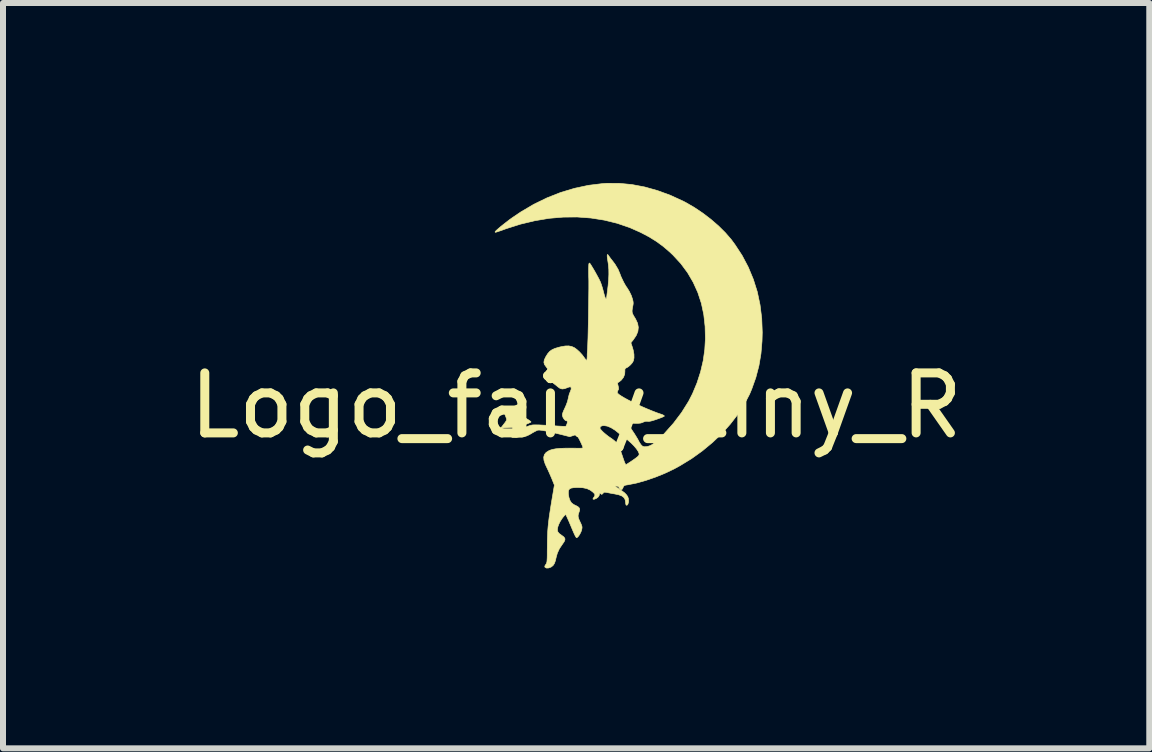
<source format=kicad_pcb>
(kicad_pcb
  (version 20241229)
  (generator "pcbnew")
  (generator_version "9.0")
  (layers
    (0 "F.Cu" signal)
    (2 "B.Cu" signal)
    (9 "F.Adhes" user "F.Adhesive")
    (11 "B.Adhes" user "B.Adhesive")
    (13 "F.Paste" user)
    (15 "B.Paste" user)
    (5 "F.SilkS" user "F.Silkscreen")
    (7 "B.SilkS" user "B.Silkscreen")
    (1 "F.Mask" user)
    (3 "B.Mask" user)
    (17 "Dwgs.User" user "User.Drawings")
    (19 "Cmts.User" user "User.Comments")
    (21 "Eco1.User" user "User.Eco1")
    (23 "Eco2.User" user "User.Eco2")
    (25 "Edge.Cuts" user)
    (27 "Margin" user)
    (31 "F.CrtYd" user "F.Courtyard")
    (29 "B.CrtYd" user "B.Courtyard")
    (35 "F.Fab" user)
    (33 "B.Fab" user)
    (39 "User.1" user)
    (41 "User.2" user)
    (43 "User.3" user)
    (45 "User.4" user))
  (footprint "Logo_fairy_tiny_R"
    (layer "F.Cu")
    (at 6.554 3.211)
    (property "Reference" "Logo_fairy_tiny_R" (at 0 0.5 0) (layer "F.SilkS") (effects (font (size 1 1) (thickness 0.15))))
    (attr through_hole)
    (fp_poly (pts (xy 0.442 -3.201) (xy 0.205 -3.172) (xy -0.028 -3.122) (xy -0.258 -3.053) (xy -0.484 -2.964) (xy -0.706 -2.856) (xy -0.923 -2.728) (xy -1.065 -2.632) (xy -1.114 -2.597) (xy -1.164 -2.558) (xy -1.213 -2.52) (xy -1.259 -2.483) (xy -1.298 -2.45) (xy -1.328 -2.423) (xy -1.347 -2.404) (xy -1.351 -2.396) (xy -1.351 -2.392) (xy -1.347 -2.389) (xy -1.338 -2.39) (xy -1.321 -2.395) (xy -1.294 -2.404) (xy -1.254 -2.417) (xy -1.199 -2.437) (xy -1.167 -2.449) (xy -0.927 -2.525) (xy -0.688 -2.582) (xy -0.45 -2.622) (xy -0.215 -2.642) (xy 0.017 -2.644) (xy 0.245 -2.627) (xy 0.468 -2.592) (xy 0.684 -2.539) (xy 0.894 -2.467) (xy 1.072 -2.388) (xy 1.211 -2.315) (xy 1.334 -2.239) (xy 1.448 -2.156) (xy 1.558 -2.062) (xy 1.614 -2.009) (xy 1.745 -1.867) (xy 1.857 -1.716) (xy 1.951 -1.555) (xy 2.028 -1.385) (xy 2.087 -1.205) (xy 2.127 -1.017) (xy 2.149 -0.819) (xy 2.154 -0.613) (xy 2.144 -0.437) (xy 2.118 -0.251) (xy 2.074 -0.063) (xy 2.014 0.123) (xy 1.94 0.3) (xy 1.874 0.429) (xy 1.758 0.614) (xy 1.622 0.794) (xy 1.467 0.968) (xy 1.415 1.021) (xy 1.359 1.075) (xy 1.312 1.116) (xy 1.272 1.146) (xy 1.236 1.166) (xy 1.2 1.178) (xy 1.171 1.184) (xy 1.134 1.186) (xy 1.104 1.175) (xy 1.078 1.149) (xy 1.051 1.107) (xy 1.045 1.095) (xy 1.025 1.057) (xy 0.997 1.011) (xy 0.968 0.964) (xy 0.955 0.945) (xy 0.925 0.9) (xy 0.906 0.868) (xy 0.894 0.846) (xy 0.891 0.831) (xy 0.892 0.818) (xy 0.896 0.81) (xy 0.903 0.801) (xy 0.917 0.796) (xy 0.942 0.794) (xy 0.982 0.795) (xy 0.988 0.795) (xy 1.036 0.795) (xy 1.07 0.792) (xy 1.099 0.784) (xy 1.117 0.776) (xy 1.153 0.762) (xy 1.182 0.761) (xy 1.19 0.762) (xy 1.208 0.764) (xy 1.234 0.76) (xy 1.272 0.751) (xy 1.325 0.734) (xy 1.342 0.728) (xy 1.389 0.711) (xy 1.429 0.696) (xy 1.457 0.683) (xy 1.47 0.675) (xy 1.47 0.674) (xy 1.464 0.665) (xy 1.442 0.653) (xy 1.42 0.645) (xy 1.345 0.619) (xy 1.265 0.588) (xy 1.182 0.554) (xy 1.099 0.518) (xy 1.017 0.48) (xy 0.939 0.443) (xy 0.867 0.406) (xy 0.805 0.372) (xy 0.753 0.341) (xy 0.714 0.315) (xy 0.691 0.294) (xy 0.686 0.286) (xy 0.687 0.268) (xy 0.696 0.247) (xy 0.706 0.229) (xy 0.707 0.21) (xy 0.702 0.182) (xy 0.699 0.17) (xy 0.692 0.139) (xy 0.692 0.122) (xy 0.697 0.115) (xy 0.7 0.114) (xy 0.715 0.105) (xy 0.739 0.086) (xy 0.753 0.074) (xy 0.789 0.028) (xy 0.809 -0.025) (xy 0.812 -0.07) (xy 0.812 -0.1) (xy 0.817 -0.116) (xy 0.831 -0.127) (xy 0.842 -0.131) (xy 0.873 -0.151) (xy 0.907 -0.181) (xy 0.936 -0.215) (xy 0.954 -0.247) (xy 0.954 -0.247) (xy 0.964 -0.295) (xy 0.963 -0.356) (xy 0.951 -0.423) (xy 0.939 -0.467) (xy 0.912 -0.547) (xy 0.955 -0.601) (xy 1.002 -0.671) (xy 1.029 -0.738) (xy 1.036 -0.805) (xy 1.024 -0.872) (xy 0.992 -0.941) (xy 0.985 -0.953) (xy 0.958 -0.997) (xy 0.941 -1.03) (xy 0.933 -1.057) (xy 0.932 -1.083) (xy 0.936 -1.116) (xy 0.94 -1.138) (xy 0.948 -1.179) (xy 0.951 -1.209) (xy 0.948 -1.238) (xy 0.94 -1.273) (xy 0.918 -1.337) (xy 0.885 -1.405) (xy 0.846 -1.468) (xy 0.838 -1.478) (xy 0.818 -1.51) (xy 0.794 -1.553) (xy 0.77 -1.602) (xy 0.748 -1.649) (xy 0.733 -1.688) (xy 0.732 -1.692) (xy 0.698 -1.773) (xy 0.647 -1.858) (xy 0.604 -1.915) (xy 0.577 -1.949) (xy 0.555 -1.979) (xy 0.54 -2) (xy 0.537 -2.004) (xy 0.526 -2.019) (xy 0.519 -2.015) (xy 0.517 -1.995) (xy 0.52 -1.96) (xy 0.524 -1.935) (xy 0.537 -1.851) (xy 0.544 -1.77) (xy 0.545 -1.688) (xy 0.541 -1.599) (xy 0.532 -1.496) (xy 0.529 -1.474) (xy 0.522 -1.414) (xy 0.515 -1.362) (xy 0.51 -1.32) (xy 0.505 -1.292) (xy 0.503 -1.281) (xy 0.495 -1.28) (xy 0.487 -1.292) (xy 0.477 -1.319) (xy 0.464 -1.363) (xy 0.453 -1.406) (xy 0.439 -1.458) (xy 0.422 -1.512) (xy 0.406 -1.557) (xy 0.396 -1.578) (xy 0.378 -1.615) (xy 0.353 -1.661) (xy 0.325 -1.712) (xy 0.296 -1.763) (xy 0.269 -1.808) (xy 0.247 -1.844) (xy 0.238 -1.858) (xy 0.225 -1.875) (xy 0.218 -1.875) (xy 0.212 -1.864) (xy 0.21 -1.848) (xy 0.209 -1.815) (xy 0.208 -1.769) (xy 0.208 -1.712) (xy 0.209 -1.647) (xy 0.21 -1.621) (xy 0.211 -1.578) (xy 0.211 -1.521) (xy 0.211 -1.451) (xy 0.21 -1.371) (xy 0.209 -1.282) (xy 0.208 -1.187) (xy 0.206 -1.089) (xy 0.205 -0.99) (xy 0.203 -0.891) (xy 0.201 -0.795) (xy 0.199 -0.705) (xy 0.197 -0.623) (xy 0.194 -0.55) (xy 0.192 -0.49) (xy 0.19 -0.444) (xy 0.188 -0.415) (xy 0.187 -0.406) (xy 0.186 -0.389) (xy 0.184 -0.358) (xy 0.184 -0.323) (xy 0.182 -0.288) (xy 0.179 -0.264) (xy 0.174 -0.254) (xy 0.174 -0.254) (xy 0.164 -0.262) (xy 0.148 -0.282) (xy 0.137 -0.297) (xy 0.1 -0.347) (xy 0.056 -0.395) (xy 0.011 -0.436) (xy -0.027 -0.464) (xy -0.073 -0.485) (xy -0.123 -0.495) (xy -0.181 -0.494) (xy -0.25 -0.482) (xy -0.292 -0.472) (xy -0.355 -0.453) (xy -0.403 -0.431) (xy -0.441 -0.404) (xy -0.474 -0.366) (xy -0.506 -0.315) (xy -0.507 -0.313) (xy -0.531 -0.263) (xy -0.538 -0.222) (xy -0.529 -0.186) (xy -0.505 -0.153) (xy -0.484 -0.124) (xy -0.462 -0.083) (xy -0.44 -0.035) (xy -0.422 0.013) (xy -0.41 0.055) (xy -0.406 0.082) (xy -0.399 0.11) (xy -0.378 0.129) (xy -0.355 0.146) (xy -0.325 0.17) (xy -0.308 0.185) (xy -0.27 0.212) (xy -0.234 0.223) (xy -0.193 0.218) (xy -0.153 0.203) (xy -0.124 0.192) (xy -0.101 0.187) (xy -0.095 0.187) (xy -0.083 0.202) (xy -0.084 0.229) (xy -0.098 0.266) (xy -0.101 0.274) (xy -0.114 0.305) (xy -0.125 0.347) (xy -0.132 0.379) (xy -0.144 0.43) (xy -0.166 0.49) (xy -0.189 0.542) (xy -0.211 0.589) (xy -0.224 0.623) (xy -0.23 0.648) (xy -0.229 0.667) (xy -0.229 0.669) (xy -0.218 0.7) (xy -0.2 0.727) (xy -0.181 0.747) (xy -0.168 0.752) (xy -0.151 0.757) (xy -0.148 0.76) (xy -0.147 0.777) (xy -0.152 0.802) (xy -0.162 0.827) (xy -0.172 0.844) (xy -0.175 0.845) (xy -0.189 0.846) (xy -0.22 0.845) (xy -0.263 0.843) (xy -0.316 0.84) (xy -0.356 0.837) (xy -0.423 0.832) (xy -0.494 0.828) (xy -0.562 0.825) (xy -0.618 0.822) (xy -0.635 0.822) (xy -0.685 0.821) (xy -0.722 0.822) (xy -0.751 0.827) (xy -0.78 0.835) (xy -0.815 0.848) (xy -0.836 0.857) (xy -0.876 0.873) (xy -0.909 0.886) (xy -0.93 0.893) (xy -0.936 0.894) (xy -0.938 0.887) (xy -0.929 0.87) (xy -0.926 0.865) (xy -0.903 0.843) (xy -0.864 0.823) (xy -0.828 0.808) (xy -0.793 0.794) (xy -0.766 0.782) (xy -0.753 0.773) (xy -0.752 0.772) (xy -0.76 0.763) (xy -0.781 0.747) (xy -0.812 0.727) (xy -0.817 0.724) (xy -0.851 0.703) (xy -0.873 0.683) (xy -0.886 0.66) (xy -0.892 0.629) (xy -0.894 0.584) (xy -0.894 0.568) (xy -0.895 0.536) (xy -0.898 0.514) (xy -0.902 0.508) (xy -0.913 0.514) (xy -0.934 0.531) (xy -0.963 0.554) (xy -0.969 0.559) (xy -0.999 0.583) (xy -1.026 0.601) (xy -1.043 0.609) (xy -1.045 0.61) (xy -1.063 0.607) (xy -1.093 0.599) (xy -1.131 0.587) (xy -1.136 0.586) (xy -1.171 0.575) (xy -1.199 0.569) (xy -1.213 0.568) (xy -1.214 0.569) (xy -1.212 0.581) (xy -1.204 0.607) (xy -1.191 0.64) (xy -1.189 0.646) (xy -1.174 0.683) (xy -1.163 0.713) (xy -1.159 0.732) (xy -1.159 0.733) (xy -1.164 0.749) (xy -1.18 0.775) (xy -1.203 0.805) (xy -1.204 0.806) (xy -1.226 0.835) (xy -1.243 0.857) (xy -1.25 0.869) (xy -1.25 0.869) (xy -1.24 0.871) (xy -1.215 0.872) (xy -1.179 0.87) (xy -1.16 0.869) (xy -1.07 0.862) (xy -1.038 0.914) (xy -1.021 0.942) (xy -1.009 0.962) (xy -1.006 0.97) (xy -1.014 0.975) (xy -1.036 0.984) (xy -1.041 0.986) (xy -1.068 0.999) (xy -1.077 1.015) (xy -1.075 1.024) (xy -1.067 1.029) (xy -1.05 1.031) (xy -1.019 1.031) (xy -0.978 1.029) (xy -0.918 1.025) (xy -0.871 1.019) (xy -0.832 1.008) (xy -0.793 0.991) (xy -0.747 0.966) (xy -0.737 0.959) (xy -0.709 0.943) (xy -0.878 0.943) (xy -0.879 0.945) (xy -0.892 0.951) (xy -0.918 0.954) (xy -0.928 0.954) (xy -0.952 0.953) (xy -0.958 0.95) (xy -0.95 0.945) (xy -0.927 0.938) (xy -0.903 0.936) (xy -0.884 0.937) (xy -0.878 0.943) (xy -0.709 0.943) (xy -0.7 0.938) (xy -0.667 0.921) (xy -0.643 0.91) (xy -0.639 0.909) (xy -0.612 0.908) (xy -0.565 0.913) (xy -0.5 0.925) (xy -0.417 0.942) (xy -0.316 0.966) (xy -0.269 0.977) (xy -0.107 1.018) (xy -0.052 1) (xy -0.021 0.99) (xy -0.003 0.986) (xy 0.007 0.99) (xy 0.017 1.001) (xy 0.017 1.001) (xy 0.03 1.022) (xy 0.048 1.054) (xy 0.067 1.091) (xy 0.085 1.129) (xy 0.1 1.163) (xy 0.11 1.187) (xy 0.112 1.195) (xy 0.112 1.2) (xy 0.111 1.204) (xy 0.106 1.207) (xy 0.095 1.209) (xy 0.075 1.21) (xy 0.044 1.21) (xy -0.002 1.21) (xy -0.065 1.209) (xy -0.092 1.209) (xy -0.191 1.21) (xy -0.273 1.213) (xy -0.34 1.22) (xy -0.394 1.23) (xy -0.438 1.244) (xy -0.457 1.253) (xy -0.501 1.281) (xy -0.529 1.316) (xy -0.541 1.359) (xy -0.537 1.41) (xy -0.517 1.472) (xy -0.495 1.52) (xy -0.471 1.57) (xy -0.444 1.63) (xy -0.418 1.69) (xy -0.406 1.718) (xy -0.363 1.825) (xy -0.4 2.043) (xy -0.42 2.164) (xy -0.436 2.268) (xy -0.45 2.36) (xy -0.46 2.442) (xy -0.468 2.518) (xy -0.474 2.591) (xy -0.477 2.666) (xy -0.48 2.746) (xy -0.481 2.833) (xy -0.481 2.85) (xy -0.482 2.93) (xy -0.482 2.992) (xy -0.483 3.04) (xy -0.485 3.074) (xy -0.487 3.099) (xy -0.491 3.117) (xy -0.495 3.13) (xy -0.501 3.14) (xy -0.506 3.147) (xy -0.521 3.171) (xy -0.523 3.187) (xy -0.518 3.196) (xy -0.495 3.208) (xy -0.462 3.207) (xy -0.423 3.193) (xy -0.415 3.189) (xy -0.385 3.165) (xy -0.363 3.132) (xy -0.346 3.085) (xy -0.335 3.036) (xy -0.314 2.96) (xy -0.28 2.886) (xy -0.229 2.81) (xy -0.228 2.809) (xy -0.2 2.768) (xy -0.187 2.737) (xy -0.189 2.712) (xy -0.207 2.688) (xy -0.242 2.662) (xy -0.246 2.659) (xy -0.284 2.631) (xy -0.305 2.605) (xy -0.313 2.574) (xy -0.308 2.534) (xy -0.305 2.52) (xy -0.29 2.479) (xy -0.267 2.432) (xy -0.238 2.386) (xy -0.209 2.348) (xy -0.195 2.333) (xy -0.173 2.314) (xy -0.139 2.389) (xy -0.121 2.429) (xy -0.099 2.481) (xy -0.075 2.538) (xy -0.056 2.583) (xy -0.035 2.631) (xy -0.017 2.669) (xy -0.002 2.694) (xy 0.006 2.703) (xy 0.023 2.694) (xy 0.043 2.671) (xy 0.063 2.639) (xy 0.081 2.603) (xy 0.092 2.57) (xy 0.097 2.544) (xy 0.098 2.524) (xy 0.093 2.502) (xy 0.082 2.474) (xy 0.067 2.442) (xy 0.047 2.398) (xy 0.036 2.365) (xy 0.032 2.339) (xy 0.036 2.311) (xy 0.047 2.277) (xy 0.048 2.276) (xy 0.057 2.246) (xy 0.059 2.227) (xy 0.054 2.212) (xy 0.049 2.203) (xy 0.029 2.184) (xy -0.001 2.168) (xy -0.01 2.164) (xy -0.044 2.147) (xy -0.076 2.122) (xy -0.081 2.117) (xy -0.104 2.079) (xy -0.121 2.029) (xy -0.13 1.974) (xy -0.13 1.933) (xy -0.124 1.907) (xy -0.109 1.888) (xy -0.083 1.875) (xy -0.042 1.868) (xy 0.016 1.865) (xy 0.03 1.865) (xy 0.111 1.869) (xy 0.178 1.883) (xy 0.235 1.909) (xy 0.275 1.939) (xy 0.302 1.965) (xy 0.313 1.987) (xy 0.308 2.009) (xy 0.294 2.029) (xy 0.28 2.051) (xy 0.282 2.061) (xy 0.301 2.06) (xy 0.308 2.059) (xy 0.341 2.044) (xy 0.368 2.022) (xy 0.384 1.996) (xy 0.386 1.986) (xy 0.39 1.965) (xy 0.402 1.963) (xy 0.415 1.974) (xy 0.427 1.98) (xy 0.441 1.97) (xy 0.448 1.962) (xy 0.461 1.948) (xy 0.476 1.943) (xy 0.498 1.946) (xy 0.516 1.949) (xy 0.551 1.956) (xy 0.596 1.965) (xy 0.64 1.972) (xy 0.711 1.987) (xy 0.763 2.007) (xy 0.798 2.035) (xy 0.817 2.07) (xy 0.823 2.11) (xy 0.826 2.138) (xy 0.832 2.157) (xy 0.835 2.16) (xy 0.849 2.159) (xy 0.862 2.143) (xy 0.871 2.116) (xy 0.874 2.091) (xy 0.871 2.052) (xy 0.86 2.018) (xy 0.839 1.987) (xy 0.807 1.954) (xy 0.759 1.918) (xy 0.707 1.884) (xy 0.672 1.86) (xy 0.655 1.845) (xy 0.656 1.839) (xy 0.658 1.839) (xy 0.688 1.843) (xy 0.707 1.853) (xy 0.711 1.862) (xy 0.719 1.876) (xy 0.737 1.891) (xy 0.757 1.899) (xy 0.759 1.9) (xy 0.769 1.891) (xy 0.78 1.87) (xy 0.782 1.865) (xy 0.789 1.847) (xy 0.799 1.836) (xy 0.816 1.828) (xy 0.846 1.822) (xy 0.867 1.819) (xy 1.01 1.79) (xy 1.162 1.747) (xy 1.319 1.693) (xy 1.475 1.63) (xy 1.627 1.558) (xy 1.73 1.502) (xy 1.923 1.384) (xy 2.032 1.306) (xy 1.049 1.306) (xy 1.049 1.319) (xy 1.043 1.331) (xy 1.03 1.346) (xy 1.006 1.366) (xy 0.969 1.393) (xy 0.946 1.409) (xy 0.905 1.437) (xy 0.869 1.46) (xy 0.843 1.477) (xy 0.829 1.483) (xy 0.828 1.483) (xy 0.821 1.474) (xy 0.809 1.45) (xy 0.795 1.413) (xy 0.782 1.375) (xy 0.753 1.289) (xy 0.722 1.213) (xy 0.692 1.152) (xy 0.67 1.117) (xy 0.651 1.097) (xy 0.621 1.072) (xy 0.586 1.046) (xy 0.581 1.043) (xy 0.537 1.013) (xy 0.494 0.979) (xy 0.455 0.946) (xy 0.424 0.915) (xy 0.403 0.89) (xy 0.396 0.875) (xy 0.404 0.851) (xy 0.429 0.837) (xy 0.464 0.833) (xy 0.519 0.842) (xy 0.581 0.868) (xy 0.647 0.909) (xy 0.681 0.936) (xy 0.723 0.97) (xy 0.77 1.007) (xy 0.812 1.038) (xy 0.813 1.038) (xy 0.867 1.08) (xy 0.919 1.126) (xy 0.966 1.174) (xy 1.005 1.22) (xy 1.033 1.262) (xy 1.048 1.296) (xy 1.049 1.306) (xy 2.032 1.306) (xy 2.104 1.254) (xy 2.273 1.114) (xy 2.429 0.966) (xy 2.569 0.809) (xy 2.694 0.647) (xy 2.802 0.48) (xy 2.891 0.309) (xy 2.927 0.223) (xy 2.995 0.032) (xy 3.046 -0.163) (xy 3.08 -0.364) (xy 3.098 -0.575) (xy 3.102 -0.721) (xy 3.093 -0.954) (xy 3.065 -1.179) (xy 3.019 -1.397) (xy 2.953 -1.606) (xy 2.869 -1.808) (xy 2.767 -2.001) (xy 2.646 -2.186) (xy 2.583 -2.271) (xy 2.486 -2.383) (xy 2.372 -2.496) (xy 2.246 -2.605) (xy 2.111 -2.708) (xy 1.971 -2.802) (xy 1.83 -2.884) (xy 1.788 -2.906) (xy 1.57 -3.006) (xy 1.354 -3.085) (xy 1.14 -3.145) (xy 0.928 -3.185) (xy 0.718 -3.205) (xy 0.511 -3.206) (xy 0.442 -3.201)) (stroke (width 0.01) (type solid)) (fill yes) (layer "F.SilkS")))
  (gr_rect
    (start -3 -3)
    (end 16.107 9.424)
    (stroke (width 0.1) (type default))
    (fill no)
    (layer "Edge.Cuts")))
</source>
